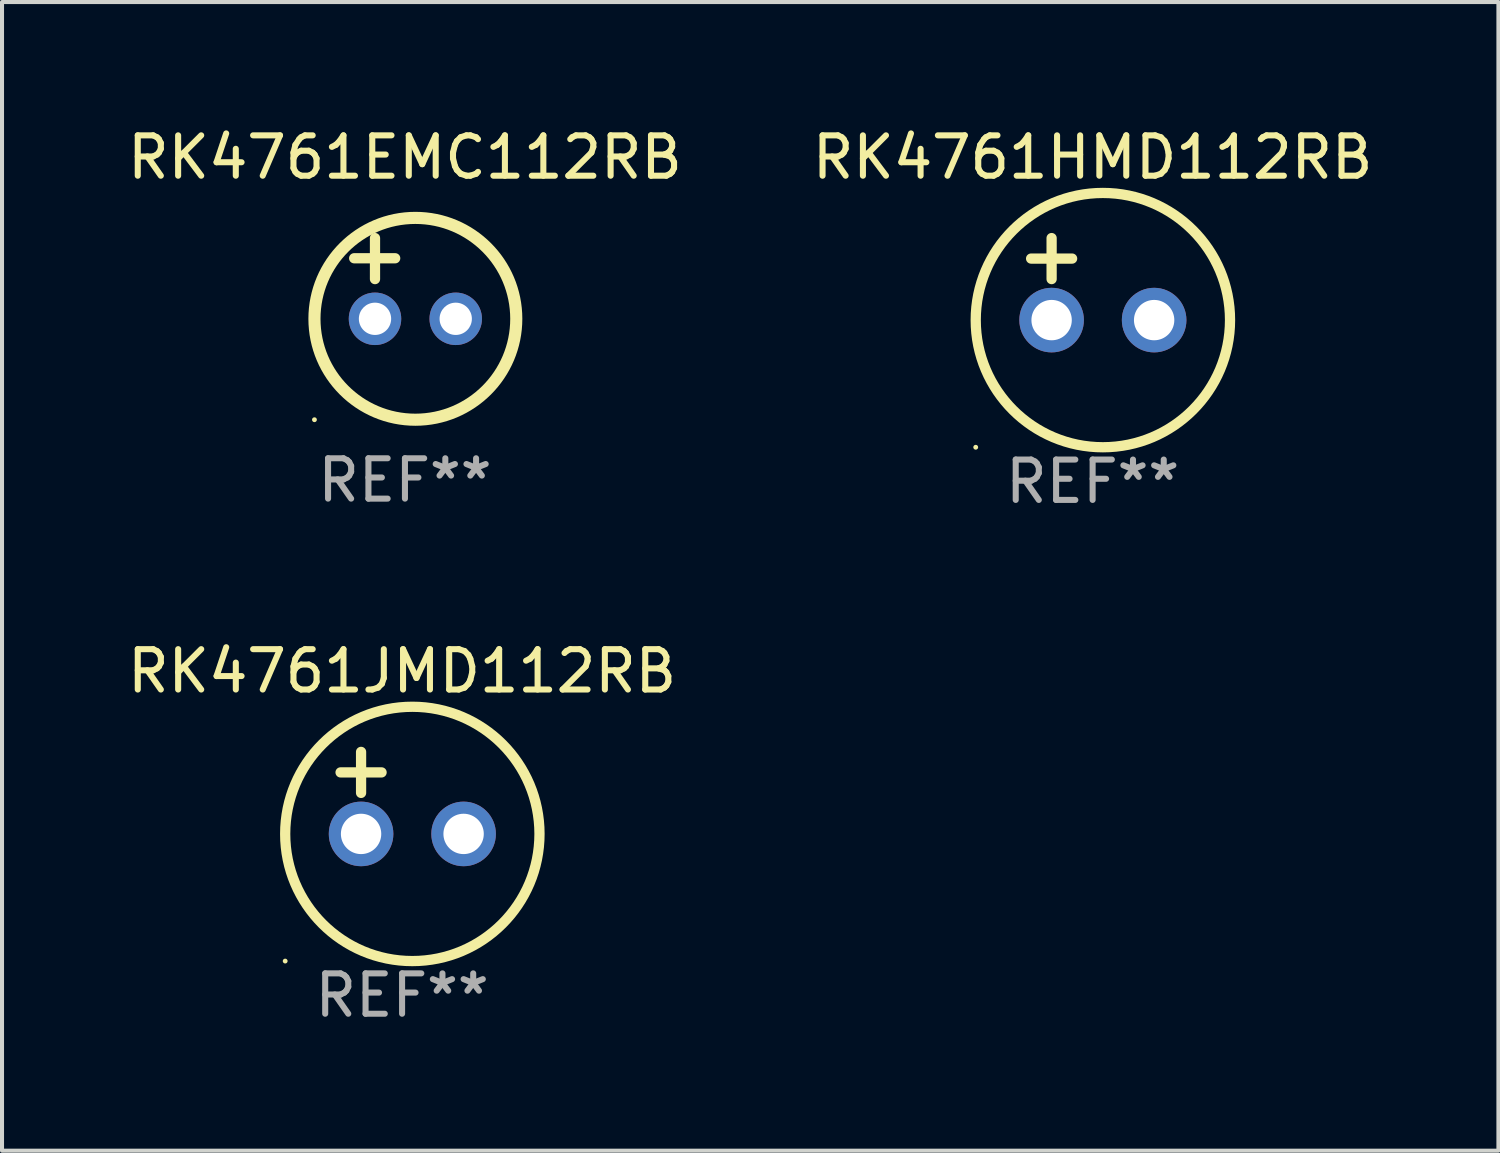
<source format=kicad_pcb>
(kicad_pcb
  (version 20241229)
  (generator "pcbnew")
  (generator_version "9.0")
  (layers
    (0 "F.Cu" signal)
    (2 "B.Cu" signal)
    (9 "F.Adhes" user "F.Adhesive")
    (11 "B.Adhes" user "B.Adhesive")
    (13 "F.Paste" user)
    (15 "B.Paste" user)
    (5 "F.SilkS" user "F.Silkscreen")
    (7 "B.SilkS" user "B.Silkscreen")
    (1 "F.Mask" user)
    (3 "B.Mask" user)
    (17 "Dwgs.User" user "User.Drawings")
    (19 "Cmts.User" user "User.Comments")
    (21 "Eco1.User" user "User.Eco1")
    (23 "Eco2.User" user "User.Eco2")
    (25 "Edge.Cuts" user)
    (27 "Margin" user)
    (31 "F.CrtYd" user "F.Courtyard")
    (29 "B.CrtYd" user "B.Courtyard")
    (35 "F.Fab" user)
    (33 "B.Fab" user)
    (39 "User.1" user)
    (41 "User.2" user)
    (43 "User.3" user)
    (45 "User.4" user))
  (footprint "RK4761JMD112RB"
    (layer "F.Cu")
    (at 6.911 16.593)
    (property "Reference" "RK4761JMD112RB" (at 0 -3.016 0) (layer "F.SilkS") (effects (font (size 1 1) (thickness 0.15))))
    (attr through_hole)
    (fp_line (start -1.524 -0.508) (end -0.508 -0.508) (stroke (width 0.254) (type solid)) (layer "F.SilkS"))
    (fp_line (start -1.016 -1.016) (end -1.016 0) (stroke (width 0.254) (type solid)) (layer "F.SilkS"))
    (fp_circle (center -2.896 4.166) (end -2.866 4.166) (stroke (width 0.06) (type solid)) (fill no) (layer "F.SilkS"))
    (fp_circle (center 0.254 1.016) (end 3.404 1.016) (stroke (width 0.254) (type solid)) (fill no) (layer "F.SilkS"))
    (fp_text user "REF**" (at 0 5.016 0) (layer "F.Fab") (effects (font (size 1 1) (thickness 0.15))))
    (pad "1" thru_hole circle (at -1.016 1.016) (size 1.6 1.6) (drill 1) (layers "*.Cu" "*.Mask"))
    (pad "2" thru_hole circle (at 1.524 1.016) (size 1.6 1.6) (drill 1) (layers "*.Cu" "*.Mask")))
  (footprint "RK4761EMC112RB"
    (layer "F.Cu")
    (at 6.982 3.848)
    (property "Reference" "RK4761EMC112RB" (at 0 -3 0) (layer "F.SilkS") (effects (font (size 1 1) (thickness 0.15))))
    (attr through_hole)
    (fp_line (start -1.258 -0.5) (end -0.242 -0.5) (stroke (width 0.254) (type solid)) (layer "F.SilkS"))
    (fp_line (start -0.742 -1) (end -0.742 0.016) (stroke (width 0.254) (type solid)) (layer "F.SilkS"))
    (fp_circle (center -2.242 3.5) (end -2.212 3.5) (stroke (width 0.06) (type solid)) (fill no) (layer "F.SilkS"))
    (fp_circle (center 0.258 1) (end 2.758 1) (stroke (width 0.3) (type solid)) (fill no) (layer "F.SilkS"))
    (fp_text user "REF**" (at 0 5 0) (layer "F.Fab") (effects (font (size 1 1) (thickness 0.15))))
    (pad "1" thru_hole circle (at -0.742 1) (size 1.3 1.3) (drill 0.8) (layers "*.Cu" "*.Mask"))
    (pad "2" thru_hole circle (at 1.258 1) (size 1.3 1.3) (drill 0.8) (layers "*.Cu" "*.Mask")))
  (footprint "RK4761HMD112RB"
    (layer "F.Cu")
    (at 24.018 3.864)
    (property "Reference" "RK4761HMD112RB" (at 0 -3.016 0) (layer "F.SilkS") (effects (font (size 1 1) (thickness 0.15))))
    (attr through_hole)
    (fp_line (start -1.524 -0.508) (end -0.508 -0.508) (stroke (width 0.254) (type solid)) (layer "F.SilkS"))
    (fp_line (start -1.016 -1.016) (end -1.016 0) (stroke (width 0.254) (type solid)) (layer "F.SilkS"))
    (fp_circle (center -2.896 4.166) (end -2.866 4.166) (stroke (width 0.06) (type solid)) (fill no) (layer "F.SilkS"))
    (fp_circle (center 0.254 1.016) (end 3.404 1.016) (stroke (width 0.254) (type solid)) (fill no) (layer "F.SilkS"))
    (fp_text user "REF**" (at 0 5.016 0) (layer "F.Fab") (effects (font (size 1 1) (thickness 0.15))))
    (pad "1" thru_hole circle (at -1.016 1.016) (size 1.6 1.6) (drill 1) (layers "*.Cu" "*.Mask"))
    (pad "2" thru_hole circle (at 1.524 1.016) (size 1.6 1.6) (drill 1) (layers "*.Cu" "*.Mask")))
  (gr_rect
    (start -3 -3)
    (end 34.071 25.457)
    (stroke (width 0.1) (type default))
    (fill no)
    (layer "Edge.Cuts")))
</source>
